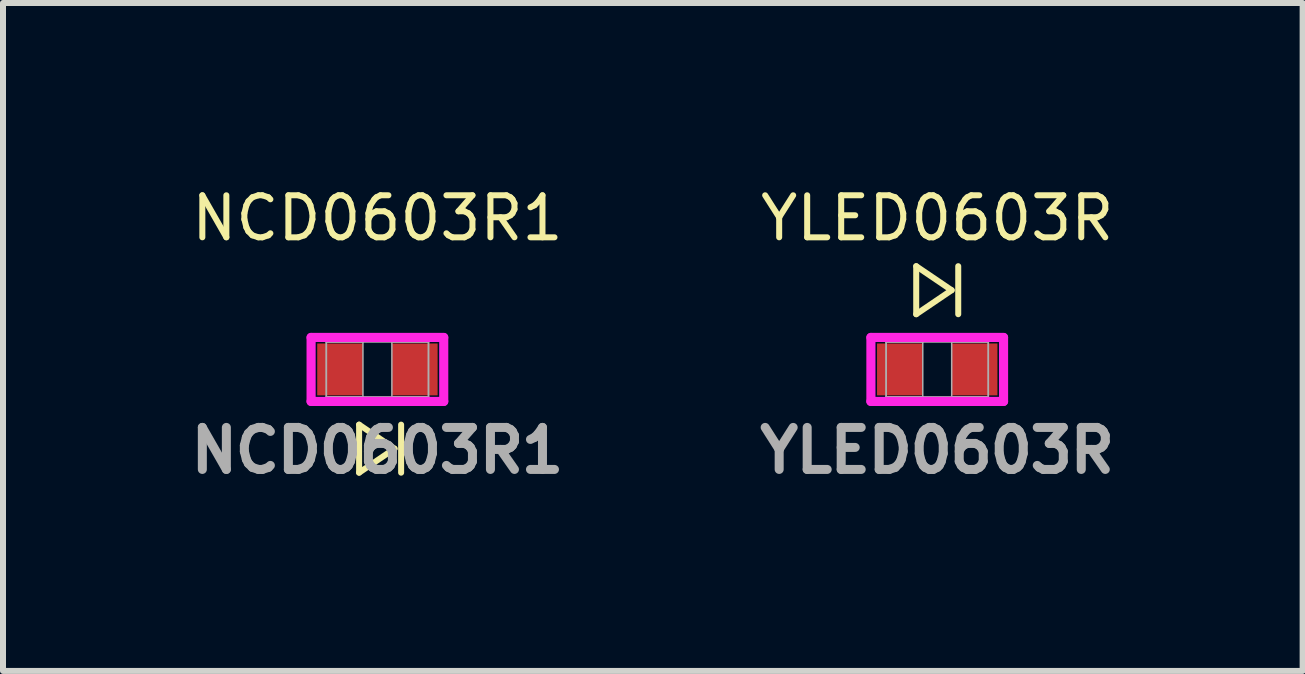
<source format=kicad_pcb>
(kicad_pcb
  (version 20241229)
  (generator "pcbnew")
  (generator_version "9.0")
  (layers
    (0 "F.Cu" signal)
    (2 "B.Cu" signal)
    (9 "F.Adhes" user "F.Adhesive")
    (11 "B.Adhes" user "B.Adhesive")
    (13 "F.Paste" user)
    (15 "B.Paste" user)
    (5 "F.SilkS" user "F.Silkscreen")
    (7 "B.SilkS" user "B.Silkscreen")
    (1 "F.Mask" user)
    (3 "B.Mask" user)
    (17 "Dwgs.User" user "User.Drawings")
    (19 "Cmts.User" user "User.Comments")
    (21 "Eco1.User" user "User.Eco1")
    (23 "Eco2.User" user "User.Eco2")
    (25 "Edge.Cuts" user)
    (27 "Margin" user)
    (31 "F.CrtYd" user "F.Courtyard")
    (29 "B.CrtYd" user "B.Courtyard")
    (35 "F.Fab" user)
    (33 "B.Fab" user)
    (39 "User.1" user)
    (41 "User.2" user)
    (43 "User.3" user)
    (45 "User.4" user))
  (footprint "NCD0603R1"
    (layer "F.Cu")
    (at 3.238 3.105)
    (property "Reference" "NCD0603R1" (at 0 -2.52 0) (unlocked yes) (layer "F.SilkS") (effects (font (size 0.7 0.7) (thickness 0.1))))
    (attr smd)
    (fp_line (start -0.305 0.92) (end 0.285 1.32) (stroke (width 0.1) (type default)) (layer "F.SilkS"))
    (fp_line (start -0.305 1.72) (end -0.305 0.92) (stroke (width 0.1) (type default)) (layer "F.SilkS"))
    (fp_line (start 0.285 1.32) (end -0.305 1.72) (stroke (width 0.1) (type default)) (layer "F.SilkS"))
    (fp_line (start 0.395 0.92) (end 0.395 1.72) (stroke (width 0.1) (type default)) (layer "F.SilkS"))
    (fp_line (start -1.105 -0.533) (end 1.105 -0.533) (stroke (width 0.152) (type solid)) (layer "F.CrtYd"))
    (fp_line (start -1.105 0.533) (end -1.105 -0.533) (stroke (width 0.152) (type solid)) (layer "F.CrtYd"))
    (fp_line (start 1.105 -0.533) (end 1.105 0.533) (stroke (width 0.152) (type solid)) (layer "F.CrtYd"))
    (fp_line (start 1.105 0.533) (end -1.105 0.533) (stroke (width 0.152) (type solid)) (layer "F.CrtYd"))
    (fp_line (start -0.851 -0.457) (end -0.851 0.457) (stroke (width 0.025) (type solid)) (layer "F.Fab"))
    (fp_line (start -0.851 -0.457) (end -0.851 0.457) (stroke (width 0.025) (type solid)) (layer "F.Fab"))
    (fp_line (start -0.851 0.457) (end -0.241 0.457) (stroke (width 0.025) (type solid)) (layer "F.Fab"))
    (fp_line (start -0.851 0.457) (end 0.851 0.457) (stroke (width 0.025) (type solid)) (layer "F.Fab"))
    (fp_line (start -0.241 -0.457) (end -0.851 -0.457) (stroke (width 0.025) (type solid)) (layer "F.Fab"))
    (fp_line (start -0.241 0.457) (end -0.241 -0.457) (stroke (width 0.025) (type solid)) (layer "F.Fab"))
    (fp_line (start 0.241 -0.457) (end 0.241 0.457) (stroke (width 0.025) (type solid)) (layer "F.Fab"))
    (fp_line (start 0.241 0.457) (end 0.851 0.457) (stroke (width 0.025) (type solid)) (layer "F.Fab"))
    (fp_line (start 0.851 -0.457) (end -0.851 -0.457) (stroke (width 0.025) (type solid)) (layer "F.Fab"))
    (fp_line (start 0.851 -0.457) (end 0.241 -0.457) (stroke (width 0.025) (type solid)) (layer "F.Fab"))
    (fp_line (start 0.851 0.457) (end 0.851 -0.457) (stroke (width 0.025) (type solid)) (layer "F.Fab"))
    (fp_line (start 0.851 0.457) (end 0.851 -0.457) (stroke (width 0.025) (type solid)) (layer "F.Fab"))
    (fp_text user "${REFERENCE}" (at 0 1.35 0) (unlocked yes) (layer "F.Fab") (effects (font (size 0.7 0.7) (thickness 0.15))))
    (pad "1" smd rect (at 0.622 0) (size 0.762 0.864) (layers "F.Cu" "F.Mask" "F.Paste"))
    (pad "2" smd rect (at -0.622 0) (size 0.762 0.864) (layers "F.Cu" "F.Mask" "F.Paste"))
    (zone (net_name "") (layer "F.Cu") (hatch full 0.508) (connect_pads) (min_thickness 0.254) (filled_areas_thickness no) (keepout (tracks not_allowed) (vias not_allowed) (pads allowed) (copperpour not_allowed) (footprints allowed)) (placement (enabled no)) (fill) (polygon (pts (xy 3.048 2.699) (xy 3.429 2.699) (xy 3.429 3.511) (xy 3.048 3.511)))))
  (footprint "YLED0603R"
    (layer "F.Cu")
    (at 12.565 3.105)
    (property "Reference" "YLED0603R" (at 0 -2.52 0) (unlocked yes) (layer "F.SilkS") (effects (font (size 0.7 0.7) (thickness 0.1))))
    (attr smd)
    (fp_line (start -0.35 -1.72) (end 0.24 -1.32) (stroke (width 0.1) (type default)) (layer "F.SilkS"))
    (fp_line (start -0.35 -0.92) (end -0.35 -1.72) (stroke (width 0.1) (type default)) (layer "F.SilkS"))
    (fp_line (start 0.24 -1.32) (end -0.35 -0.92) (stroke (width 0.1) (type default)) (layer "F.SilkS"))
    (fp_line (start 0.35 -1.72) (end 0.35 -0.92) (stroke (width 0.1) (type default)) (layer "F.SilkS"))
    (fp_line (start -1.105 -0.533) (end 1.105 -0.533) (stroke (width 0.152) (type solid)) (layer "F.CrtYd"))
    (fp_line (start -1.105 0.533) (end -1.105 -0.533) (stroke (width 0.152) (type solid)) (layer "F.CrtYd"))
    (fp_line (start 1.105 -0.533) (end 1.105 0.533) (stroke (width 0.152) (type solid)) (layer "F.CrtYd"))
    (fp_line (start 1.105 0.533) (end -1.105 0.533) (stroke (width 0.152) (type solid)) (layer "F.CrtYd"))
    (fp_line (start -0.851 -0.457) (end -0.851 0.457) (stroke (width 0.025) (type solid)) (layer "F.Fab"))
    (fp_line (start -0.851 -0.457) (end -0.851 0.457) (stroke (width 0.025) (type solid)) (layer "F.Fab"))
    (fp_line (start -0.851 0.457) (end -0.241 0.457) (stroke (width 0.025) (type solid)) (layer "F.Fab"))
    (fp_line (start -0.851 0.457) (end 0.851 0.457) (stroke (width 0.025) (type solid)) (layer "F.Fab"))
    (fp_line (start -0.241 -0.457) (end -0.851 -0.457) (stroke (width 0.025) (type solid)) (layer "F.Fab"))
    (fp_line (start -0.241 0.457) (end -0.241 -0.457) (stroke (width 0.025) (type solid)) (layer "F.Fab"))
    (fp_line (start 0.241 -0.457) (end 0.241 0.457) (stroke (width 0.025) (type solid)) (layer "F.Fab"))
    (fp_line (start 0.241 0.457) (end 0.851 0.457) (stroke (width 0.025) (type solid)) (layer "F.Fab"))
    (fp_line (start 0.851 -0.457) (end -0.851 -0.457) (stroke (width 0.025) (type solid)) (layer "F.Fab"))
    (fp_line (start 0.851 -0.457) (end 0.241 -0.457) (stroke (width 0.025) (type solid)) (layer "F.Fab"))
    (fp_line (start 0.851 0.457) (end 0.851 -0.457) (stroke (width 0.025) (type solid)) (layer "F.Fab"))
    (fp_line (start 0.851 0.457) (end 0.851 -0.457) (stroke (width 0.025) (type solid)) (layer "F.Fab"))
    (fp_text user "${REFERENCE}" (at 0 1.35 0) (unlocked yes) (layer "F.Fab") (effects (font (size 0.7 0.7) (thickness 0.15))))
    (pad "1" smd rect (at -0.622 0) (size 0.762 0.864) (layers "F.Cu" "F.Mask" "F.Paste"))
    (pad "2" smd rect (at 0.622 0) (size 0.762 0.864) (layers "F.Cu" "F.Mask" "F.Paste"))
    (zone (net_name "") (layer "F.Cu") (hatch full 0.508) (connect_pads) (min_thickness 0.254) (filled_areas_thickness no) (keepout (tracks not_allowed) (vias not_allowed) (pads allowed) (copperpour not_allowed) (footprints allowed)) (placement (enabled no)) (fill) (polygon (pts (xy 12.375 2.699) (xy 12.756 2.699) (xy 12.756 3.511) (xy 12.375 3.511)))))
  (gr_rect
    (start -3 -3)
    (end 18.653 8.128)
    (stroke (width 0.1) (type default))
    (fill no)
    (layer "Edge.Cuts")))
</source>
